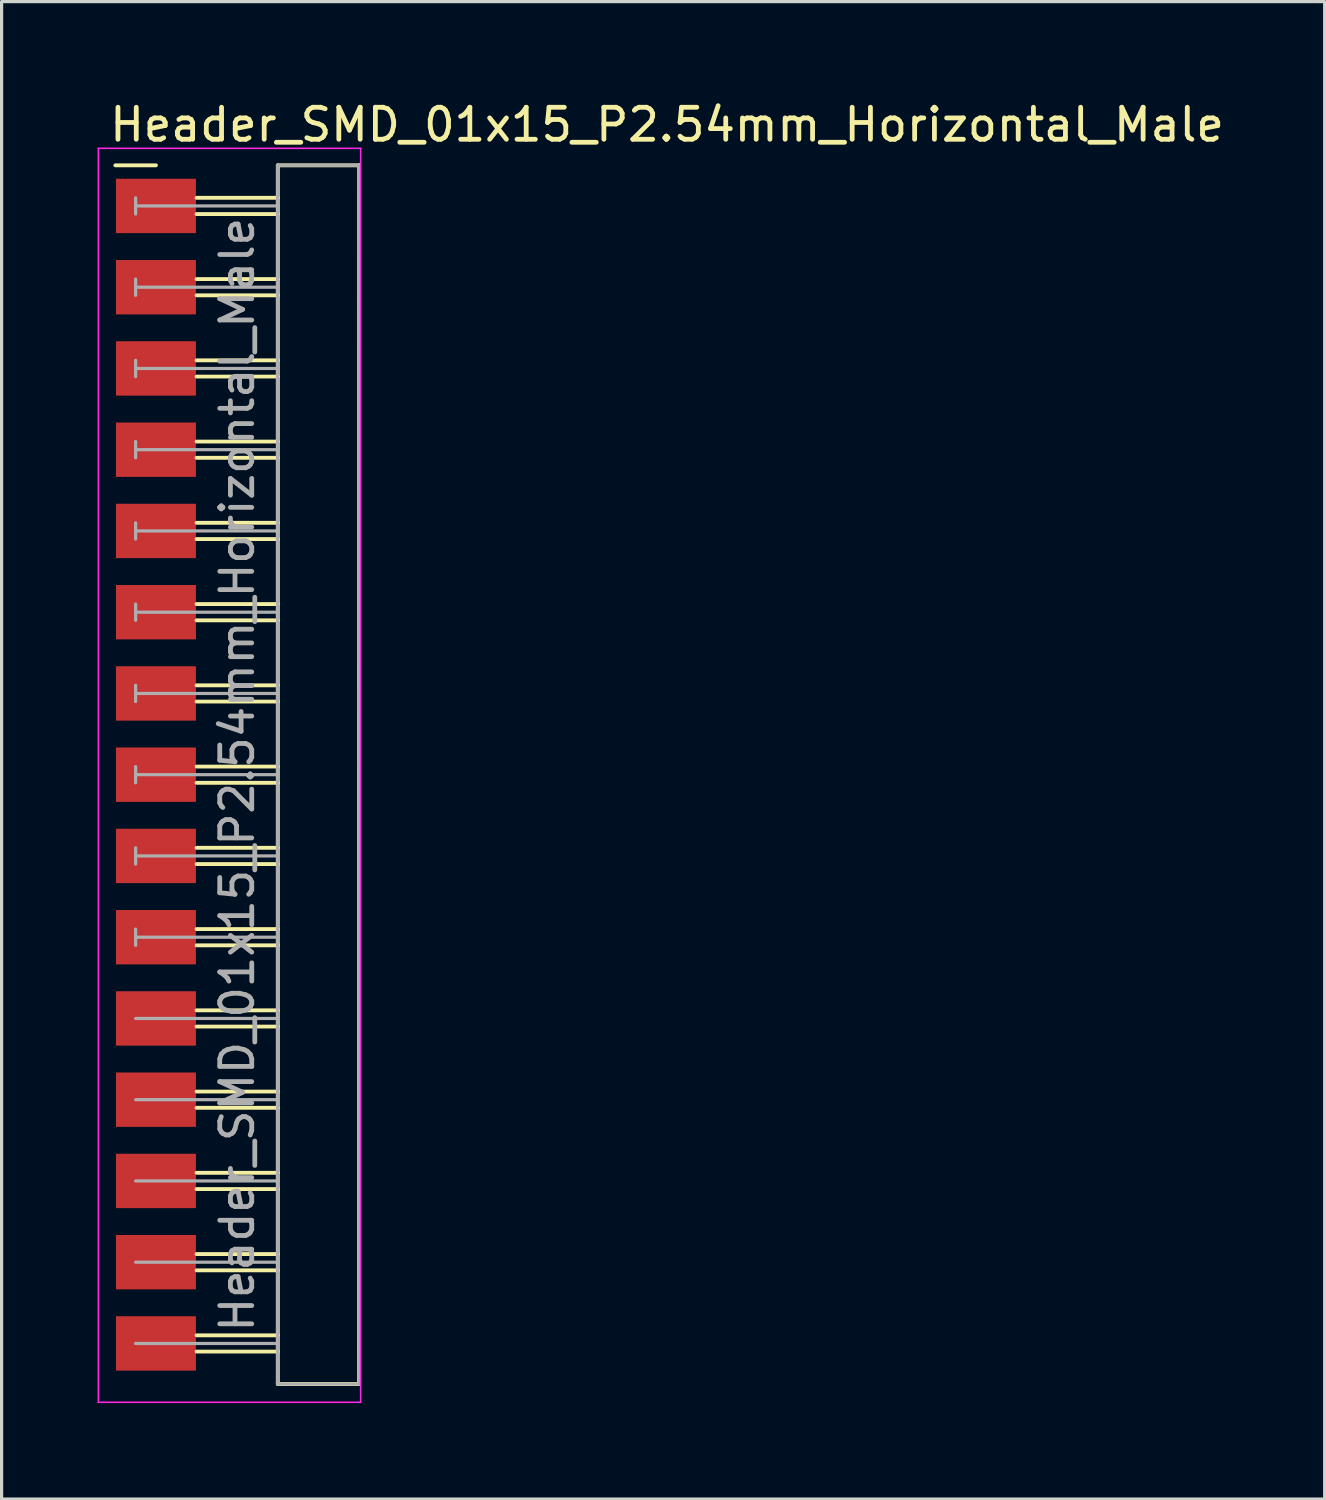
<source format=kicad_pcb>
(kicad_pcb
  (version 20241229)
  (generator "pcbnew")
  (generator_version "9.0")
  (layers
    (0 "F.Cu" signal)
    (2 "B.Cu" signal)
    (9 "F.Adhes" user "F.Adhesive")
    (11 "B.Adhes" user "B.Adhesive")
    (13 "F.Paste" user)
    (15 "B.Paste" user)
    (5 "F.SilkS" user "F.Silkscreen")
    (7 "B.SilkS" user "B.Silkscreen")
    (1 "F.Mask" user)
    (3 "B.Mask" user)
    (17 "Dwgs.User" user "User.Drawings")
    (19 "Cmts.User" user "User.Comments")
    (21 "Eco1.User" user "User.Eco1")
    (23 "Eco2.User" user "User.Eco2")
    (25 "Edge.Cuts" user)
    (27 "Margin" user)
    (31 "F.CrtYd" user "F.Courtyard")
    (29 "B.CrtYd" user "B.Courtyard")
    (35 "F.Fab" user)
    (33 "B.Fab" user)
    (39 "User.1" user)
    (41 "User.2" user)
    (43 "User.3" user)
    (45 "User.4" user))
  (footprint "Header_SMD_01x15_P2.54mm_Horizontal_Male"
    (layer "F.Cu")
    (at 1.825 3.388)
    (property "Reference" "Header_SMD_01x15_P2.54mm_Horizontal_Male" (at -1.524 -2.54 180) (layer "F.SilkS") (effects (font (size 1 1) (thickness 0.15)) (justify left)))
    (attr smd)
    (fp_line (start -1.27 -1.27) (end 0 -1.27) (stroke (width 0.12) (type solid)) (layer "F.SilkS"))
    (fp_line (start 3.81 -1.27) (end 6.35 -1.27) (stroke (width 0.12) (type solid)) (layer "F.SilkS"))
    (fp_line (start 3.81 -0.254) (end 1.27 -0.254) (stroke (width 0.12) (type solid)) (layer "F.SilkS"))
    (fp_line (start 3.81 0.254) (end 1.27 0.254) (stroke (width 0.12) (type solid)) (layer "F.SilkS"))
    (fp_line (start 3.81 2.286) (end 1.27 2.286) (stroke (width 0.12) (type solid)) (layer "F.SilkS"))
    (fp_line (start 3.81 2.794) (end 1.27 2.794) (stroke (width 0.12) (type solid)) (layer "F.SilkS"))
    (fp_line (start 3.81 4.826) (end 1.27 4.826) (stroke (width 0.12) (type solid)) (layer "F.SilkS"))
    (fp_line (start 3.81 5.334) (end 1.27 5.334) (stroke (width 0.12) (type solid)) (layer "F.SilkS"))
    (fp_line (start 3.81 7.366) (end 1.27 7.366) (stroke (width 0.12) (type solid)) (layer "F.SilkS"))
    (fp_line (start 3.81 7.874) (end 1.27 7.874) (stroke (width 0.12) (type solid)) (layer "F.SilkS"))
    (fp_line (start 3.81 9.906) (end 1.27 9.906) (stroke (width 0.12) (type solid)) (layer "F.SilkS"))
    (fp_line (start 3.81 10.414) (end 1.27 10.414) (stroke (width 0.12) (type solid)) (layer "F.SilkS"))
    (fp_line (start 3.81 12.446) (end 1.27 12.446) (stroke (width 0.12) (type solid)) (layer "F.SilkS"))
    (fp_line (start 3.81 12.954) (end 1.27 12.954) (stroke (width 0.12) (type solid)) (layer "F.SilkS"))
    (fp_line (start 3.81 14.986) (end 1.27 14.986) (stroke (width 0.12) (type solid)) (layer "F.SilkS"))
    (fp_line (start 3.81 15.494) (end 1.27 15.494) (stroke (width 0.12) (type solid)) (layer "F.SilkS"))
    (fp_line (start 3.81 17.526) (end 1.27 17.526) (stroke (width 0.12) (type solid)) (layer "F.SilkS"))
    (fp_line (start 3.81 18.034) (end 1.27 18.034) (stroke (width 0.12) (type solid)) (layer "F.SilkS"))
    (fp_line (start 3.81 20.066) (end 1.27 20.066) (stroke (width 0.12) (type solid)) (layer "F.SilkS"))
    (fp_line (start 3.81 20.574) (end 1.27 20.574) (stroke (width 0.12) (type solid)) (layer "F.SilkS"))
    (fp_line (start 3.81 22.606) (end 1.27 22.606) (stroke (width 0.12) (type solid)) (layer "F.SilkS"))
    (fp_line (start 3.81 23.114) (end 1.27 23.114) (stroke (width 0.12) (type solid)) (layer "F.SilkS"))
    (fp_line (start 3.81 25.146) (end 1.27 25.146) (stroke (width 0.12) (type solid)) (layer "F.SilkS"))
    (fp_line (start 3.81 25.654) (end 1.27 25.654) (stroke (width 0.12) (type solid)) (layer "F.SilkS"))
    (fp_line (start 3.81 27.686) (end 1.27 27.686) (stroke (width 0.12) (type solid)) (layer "F.SilkS"))
    (fp_line (start 3.81 28.194) (end 1.27 28.194) (stroke (width 0.12) (type solid)) (layer "F.SilkS"))
    (fp_line (start 3.81 30.226) (end 1.27 30.226) (stroke (width 0.12) (type solid)) (layer "F.SilkS"))
    (fp_line (start 3.81 30.734) (end 1.27 30.734) (stroke (width 0.12) (type solid)) (layer "F.SilkS"))
    (fp_line (start 3.81 32.766) (end 1.27 32.766) (stroke (width 0.12) (type solid)) (layer "F.SilkS"))
    (fp_line (start 3.81 33.274) (end 1.27 33.274) (stroke (width 0.12) (type solid)) (layer "F.SilkS"))
    (fp_line (start 3.81 35.306) (end 1.27 35.306) (stroke (width 0.12) (type solid)) (layer "F.SilkS"))
    (fp_line (start 3.81 35.814) (end 1.27 35.814) (stroke (width 0.12) (type solid)) (layer "F.SilkS"))
    (fp_line (start 3.81 36.83) (end 3.81 -1.27) (stroke (width 0.12) (type solid)) (layer "F.SilkS"))
    (fp_line (start 6.35 -1.27) (end 6.35 36.83) (stroke (width 0.12) (type solid)) (layer "F.SilkS"))
    (fp_line (start 6.35 36.83) (end 3.81 36.83) (stroke (width 0.12) (type solid)) (layer "F.SilkS"))
    (fp_line (start -1.8 -1.8) (end -1.8 37.4) (stroke (width 0.05) (type solid)) (layer "F.CrtYd"))
    (fp_line (start -1.8 37.4) (end 6.4 37.4) (stroke (width 0.05) (type solid)) (layer "F.CrtYd"))
    (fp_line (start 6.4 -1.8) (end -1.8 -1.8) (stroke (width 0.05) (type solid)) (layer "F.CrtYd"))
    (fp_line (start 6.4 37.4) (end 6.4 -1.8) (stroke (width 0.05) (type solid)) (layer "F.CrtYd"))
    (fp_line (start -0.635 -0.254) (end -0.635 0.254) (stroke (width 0.1) (type solid)) (layer "F.Fab"))
    (fp_line (start -0.635 2.286) (end -0.635 2.794) (stroke (width 0.1) (type solid)) (layer "F.Fab"))
    (fp_line (start -0.635 4.826) (end -0.635 5.334) (stroke (width 0.1) (type solid)) (layer "F.Fab"))
    (fp_line (start -0.635 7.366) (end -0.635 7.874) (stroke (width 0.1) (type solid)) (layer "F.Fab"))
    (fp_line (start -0.635 9.906) (end -0.635 10.414) (stroke (width 0.1) (type solid)) (layer "F.Fab"))
    (fp_line (start -0.635 12.446) (end -0.635 12.954) (stroke (width 0.1) (type solid)) (layer "F.Fab"))
    (fp_line (start -0.635 14.986) (end -0.635 15.494) (stroke (width 0.1) (type solid)) (layer "F.Fab"))
    (fp_line (start -0.635 17.526) (end -0.635 18.034) (stroke (width 0.1) (type solid)) (layer "F.Fab"))
    (fp_line (start -0.635 20.066) (end -0.635 20.574) (stroke (width 0.1) (type solid)) (layer "F.Fab"))
    (fp_line (start -0.635 22.606) (end -0.635 23.114) (stroke (width 0.1) (type solid)) (layer "F.Fab"))
    (fp_line (start 3.8 -1.27) (end 6.34 -1.27) (stroke (width 0.1) (type solid)) (layer "F.Fab"))
    (fp_line (start 3.8 36.83) (end 3.8 -1.27) (stroke (width 0.1) (type solid)) (layer "F.Fab"))
    (fp_line (start 3.8 36.83) (end 6.35 36.83) (stroke (width 0.1) (type solid)) (layer "F.Fab"))
    (fp_line (start 3.81 0) (end -0.635 0) (stroke (width 0.1) (type solid)) (layer "F.Fab"))
    (fp_line (start 3.81 2.54) (end -0.635 2.54) (stroke (width 0.1) (type solid)) (layer "F.Fab"))
    (fp_line (start 3.81 5.08) (end -0.635 5.08) (stroke (width 0.1) (type solid)) (layer "F.Fab"))
    (fp_line (start 3.81 7.62) (end -0.635 7.62) (stroke (width 0.1) (type solid)) (layer "F.Fab"))
    (fp_line (start 3.81 10.16) (end -0.635 10.16) (stroke (width 0.1) (type solid)) (layer "F.Fab"))
    (fp_line (start 3.81 12.7) (end -0.635 12.7) (stroke (width 0.1) (type solid)) (layer "F.Fab"))
    (fp_line (start 3.81 15.24) (end -0.635 15.24) (stroke (width 0.1) (type solid)) (layer "F.Fab"))
    (fp_line (start 3.81 17.78) (end -0.635 17.78) (stroke (width 0.1) (type solid)) (layer "F.Fab"))
    (fp_line (start 3.81 20.32) (end -0.635 20.32) (stroke (width 0.1) (type solid)) (layer "F.Fab"))
    (fp_line (start 3.81 22.86) (end -0.635 22.86) (stroke (width 0.1) (type solid)) (layer "F.Fab"))
    (fp_line (start 3.81 25.4) (end -0.635 25.4) (stroke (width 0.1) (type solid)) (layer "F.Fab"))
    (fp_line (start 3.81 27.94) (end -0.635 27.94) (stroke (width 0.1) (type solid)) (layer "F.Fab"))
    (fp_line (start 3.81 30.48) (end -0.635 30.48) (stroke (width 0.1) (type solid)) (layer "F.Fab"))
    (fp_line (start 3.81 33.02) (end -0.635 33.02) (stroke (width 0.1) (type solid)) (layer "F.Fab"))
    (fp_line (start 3.81 35.56) (end -0.635 35.56) (stroke (width 0.1) (type solid)) (layer "F.Fab"))
    (fp_line (start 6.34 -1.27) (end 6.35 36.83) (stroke (width 0.1) (type solid)) (layer "F.Fab"))
    (fp_text user "${REFERENCE}" (at 2.54 17.78 90) (layer "F.Fab") (effects (font (size 1 1) (thickness 0.15))))
    (pad "1" smd rect (at 0 0) (size 2.5 1.7) (layers "F.Cu" "F.Mask" "F.Paste"))
    (pad "2" smd rect (at 0 2.54) (size 2.5 1.7) (layers "F.Cu" "F.Mask" "F.Paste"))
    (pad "3" smd rect (at 0 5.08) (size 2.5 1.7) (layers "F.Cu" "F.Mask" "F.Paste"))
    (pad "4" smd rect (at 0 7.62) (size 2.5 1.7) (layers "F.Cu" "F.Mask" "F.Paste"))
    (pad "5" smd rect (at 0 10.16) (size 2.5 1.7) (layers "F.Cu" "F.Mask" "F.Paste"))
    (pad "6" smd rect (at 0 12.7) (size 2.5 1.7) (layers "F.Cu" "F.Mask" "F.Paste"))
    (pad "7" smd rect (at 0 15.24) (size 2.5 1.7) (layers "F.Cu" "F.Mask" "F.Paste"))
    (pad "8" smd rect (at 0 17.78) (size 2.5 1.7) (layers "F.Cu" "F.Mask" "F.Paste"))
    (pad "9" smd rect (at 0 20.32) (size 2.5 1.7) (layers "F.Cu" "F.Mask" "F.Paste"))
    (pad "10" smd rect (at 0 22.86) (size 2.5 1.7) (layers "F.Cu" "F.Mask" "F.Paste"))
    (pad "11" smd rect (at 0 25.4) (size 2.5 1.7) (layers "F.Cu" "F.Mask" "F.Paste"))
    (pad "12" smd rect (at 0 27.94) (size 2.5 1.7) (layers "F.Cu" "F.Mask" "F.Paste"))
    (pad "13" smd rect (at 0 30.48) (size 2.5 1.7) (layers "F.Cu" "F.Mask" "F.Paste"))
    (pad "14" smd rect (at 0 33.02) (size 2.5 1.7) (layers "F.Cu" "F.Mask" "F.Paste"))
    (pad "15" smd rect (at 0 35.56) (size 2.5 1.7) (layers "F.Cu" "F.Mask" "F.Paste")))
  (gr_rect
    (start -3 -3)
    (end 38.361 43.813)
    (stroke (width 0.1) (type default))
    (fill no)
    (layer "Edge.Cuts")))
</source>
